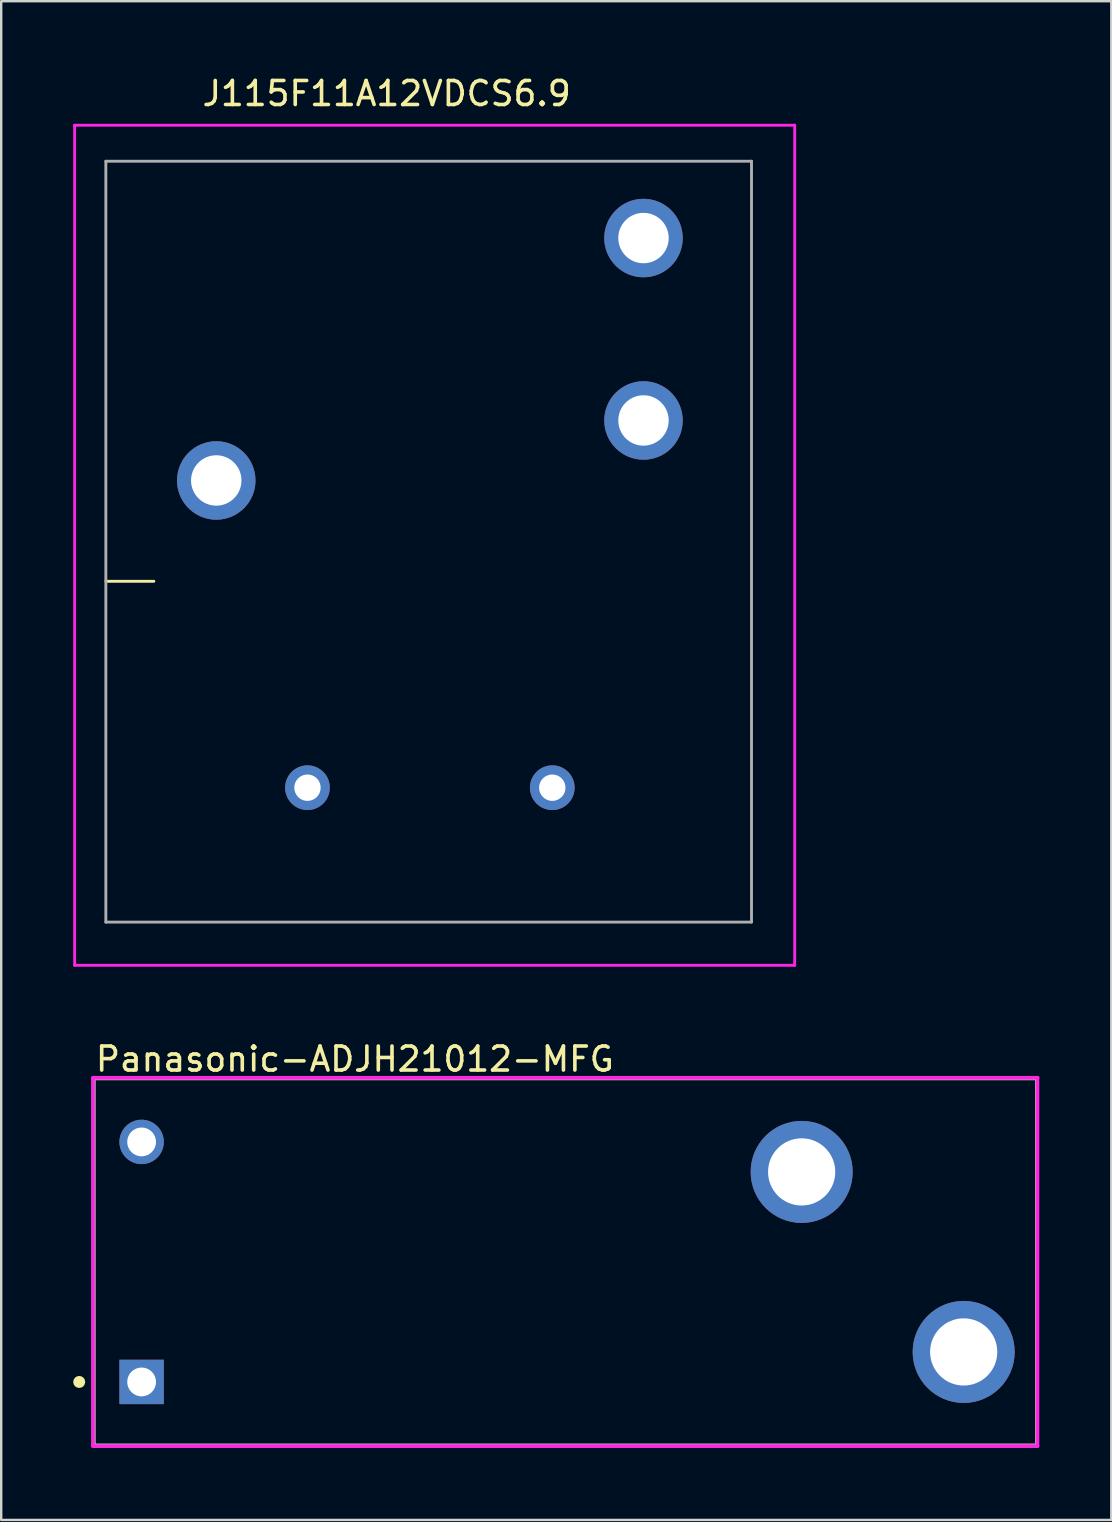
<source format=kicad_pcb>
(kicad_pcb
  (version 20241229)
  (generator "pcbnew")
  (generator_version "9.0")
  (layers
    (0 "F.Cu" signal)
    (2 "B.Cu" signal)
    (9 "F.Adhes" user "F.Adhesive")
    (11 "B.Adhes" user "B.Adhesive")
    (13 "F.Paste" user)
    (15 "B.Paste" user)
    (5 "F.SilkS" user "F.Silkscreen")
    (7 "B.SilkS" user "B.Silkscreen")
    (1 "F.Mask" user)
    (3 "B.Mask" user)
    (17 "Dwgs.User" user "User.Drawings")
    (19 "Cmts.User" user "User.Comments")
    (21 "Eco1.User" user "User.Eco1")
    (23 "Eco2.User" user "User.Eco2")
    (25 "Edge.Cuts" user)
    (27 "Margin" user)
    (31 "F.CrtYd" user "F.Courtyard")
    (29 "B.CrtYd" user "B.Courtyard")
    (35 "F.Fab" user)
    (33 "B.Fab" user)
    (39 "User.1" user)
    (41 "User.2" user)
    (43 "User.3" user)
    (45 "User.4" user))
  (footprint "Panasonic-ADJH21012-MFG"
    (layer "F.Cu")
    (at 20.5 49.526)
    (property "Reference" "Panasonic-ADJH21012-MFG" (at -19.65 -8.45 0) (layer "F.SilkS") (effects (font (size 1 1) (thickness 0.15)) (justify left)))
    (attr through_hole)
    (fp_line (start -19.65 -7.65) (end 19.65 -7.65) (stroke (width 0.15) (type solid)) (layer "F.SilkS"))
    (fp_line (start -19.65 7.65) (end -19.65 -7.65) (stroke (width 0.15) (type solid)) (layer "F.SilkS"))
    (fp_line (start -19.65 7.65) (end 19.65 7.65) (stroke (width 0.15) (type solid)) (layer "F.SilkS"))
    (fp_line (start 19.65 7.65) (end 19.65 -7.65) (stroke (width 0.15) (type solid)) (layer "F.SilkS"))
    (fp_circle (center -20.25 5) (end -20.125 5) (stroke (width 0.25) (type solid)) (fill no) (layer "F.SilkS"))
    (fp_line (start -19.675 -7.675) (end -19.675 7.675) (stroke (width 0.15) (type solid)) (layer "F.CrtYd"))
    (fp_line (start -19.675 7.675) (end 19.675 7.675) (stroke (width 0.15) (type solid)) (layer "F.CrtYd"))
    (fp_line (start 19.675 -7.675) (end -19.675 -7.675) (stroke (width 0.15) (type solid)) (layer "F.CrtYd"))
    (fp_line (start 19.675 -7.675) (end 19.675 -7.675) (stroke (width 0.15) (type solid)) (layer "F.CrtYd"))
    (fp_line (start 19.675 7.675) (end 19.675 -7.675) (stroke (width 0.15) (type solid)) (layer "F.CrtYd"))
    (fp_line (start -19.65 -7.65) (end 19.65 -7.65) (stroke (width 0.15) (type solid)) (layer "F.Fab"))
    (fp_line (start -19.65 7.65) (end -19.65 -7.65) (stroke (width 0.15) (type solid)) (layer "F.Fab"))
    (fp_line (start 19.65 -7.65) (end 19.65 7.65) (stroke (width 0.15) (type solid)) (layer "F.Fab"))
    (fp_line (start 19.65 7.65) (end -19.65 7.65) (stroke (width 0.15) (type solid)) (layer "F.Fab"))
    (pad "1" thru_hole rect (at -17.65 5) (size 1.85 1.85) (drill 1.2) (layers "*.Cu"))
    (pad "2" thru_hole circle (at -17.65 -5) (size 1.85 1.85) (drill 1.2) (layers "*.Cu"))
    (pad "3" thru_hole circle (at 9.85 -3.75) (size 4.25 4.25) (drill 2.8) (layers "*.Cu"))
    (pad "4" thru_hole circle (at 16.6 3.75) (size 4.25 4.25) (drill 2.8) (layers "*.Cu")))
  (footprint "J115F11A12VDCS6.9"
    (layer "F.Cu")
    (at 13.06 21.168)
    (property "Reference" "J115F11A12VDCS6.9" (at 0 -20.32 180) (layer "F.SilkS") (effects (font (size 1 1) (thickness 0.15))))
    (attr through_hole)
    (fp_line (start -11.7 0) (end -9.7 0) (stroke (width 0.12) (type solid)) (layer "F.SilkS"))
    (fp_line (start -13 -19) (end 17 -19) (stroke (width 0.12) (type solid)) (layer "F.CrtYd"))
    (fp_line (start -13 16) (end -13 -19) (stroke (width 0.12) (type solid)) (layer "F.CrtYd"))
    (fp_line (start 17 -19) (end 17 16) (stroke (width 0.12) (type solid)) (layer "F.CrtYd"))
    (fp_line (start 17 16) (end -13 16) (stroke (width 0.12) (type solid)) (layer "F.CrtYd"))
    (fp_line (start -11.7 -17.5) (end -11.7 14.2) (stroke (width 0.12) (type solid)) (layer "F.Fab"))
    (fp_line (start -11.7 -17.5) (end 15.2 -17.5) (stroke (width 0.12) (type solid)) (layer "F.Fab"))
    (fp_line (start -11.7 14.2) (end 15.2 14.2) (stroke (width 0.12) (type solid)) (layer "F.Fab"))
    (fp_line (start 15.2 -17.5) (end 15.2 14.2) (stroke (width 0.12) (type solid)) (layer "F.Fab"))
    (pad "1" thru_hole circle (at -3.3 8.6) (size 1.862 1.862) (drill 1.1) (layers "*.Cu" "*.Mask"))
    (pad "2" thru_hole circle (at 6.9 8.6) (size 1.862 1.862) (drill 1.1) (layers "*.Cu" "*.Mask"))
    (pad "3" thru_hole circle (at -7.1 -4.2) (size 3.27 3.27) (drill 2.1) (layers "*.Cu" "*.Mask"))
    (pad "4" thru_hole circle (at 10.7 -6.7) (size 3.27 3.27) (drill 2.1) (layers "*.Cu" "*.Mask"))
    (pad "5" thru_hole circle (at 10.7 -14.3) (size 3.27 3.27) (drill 2.1) (layers "*.Cu" "*.Mask")))
  (gr_rect
    (start -3 -3)
    (end 43.25 60.276)
    (stroke (width 0.1) (type default))
    (fill no)
    (layer "Edge.Cuts")))
</source>
